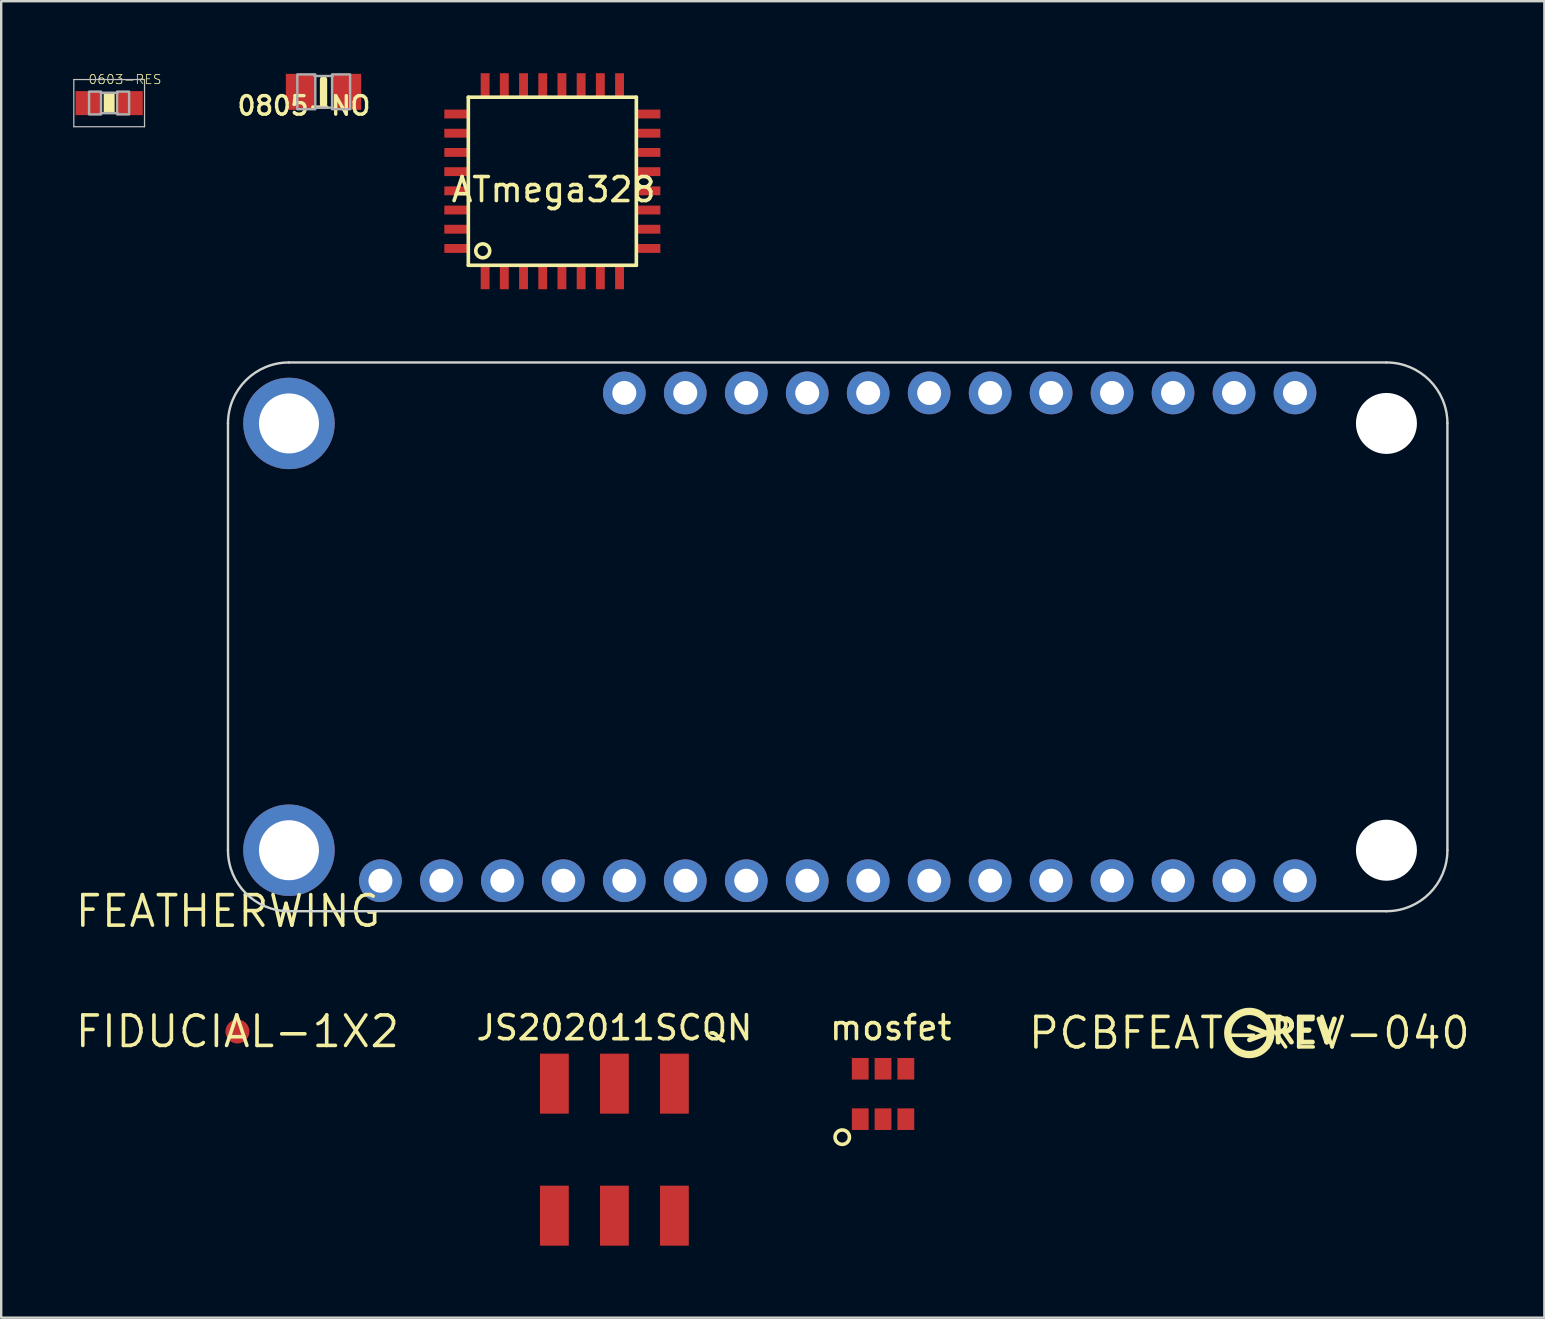
<source format=kicad_pcb>
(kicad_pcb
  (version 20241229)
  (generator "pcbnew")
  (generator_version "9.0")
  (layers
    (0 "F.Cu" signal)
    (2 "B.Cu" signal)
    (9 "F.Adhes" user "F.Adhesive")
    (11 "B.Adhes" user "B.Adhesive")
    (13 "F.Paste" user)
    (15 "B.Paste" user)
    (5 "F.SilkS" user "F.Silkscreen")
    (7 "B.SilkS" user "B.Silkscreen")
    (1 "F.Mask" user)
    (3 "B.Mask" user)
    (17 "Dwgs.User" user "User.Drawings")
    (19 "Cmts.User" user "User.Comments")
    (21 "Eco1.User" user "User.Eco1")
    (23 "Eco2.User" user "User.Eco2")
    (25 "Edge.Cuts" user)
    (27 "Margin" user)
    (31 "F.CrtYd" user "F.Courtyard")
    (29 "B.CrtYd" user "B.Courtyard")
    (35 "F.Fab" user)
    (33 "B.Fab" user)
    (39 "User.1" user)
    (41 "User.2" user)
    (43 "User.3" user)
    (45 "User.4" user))
  (footprint "PCBFEAT-REV-040"
    (layer "F.Cu")
    (at 48.996 39.983)
    (property "Reference" "PCBFEAT-REV-040" (at 0 0 0) (layer "F.SilkS") (effects (font (size 1.27 1.27) (thickness 0.15))))
    (attr through_hole)
    (fp_circle (center 0 0) (end 0.898 0) (stroke (width 0.305) (type solid)) (fill no) (layer "F.SilkS"))
    (fp_text user ">REV" (at -0.356 0.508 0) (layer "F.SilkS") (effects (font (size 0.965 0.965) (thickness 0.203)) (justify left bottom))))
  (footprint "JS202011SCQN"
    (layer "F.Cu")
    (at 22.545 44.844)
    (property "Reference" "JS202011SCQN" (at 0 -5.08 0) (layer "F.SilkS") (effects (font (size 1 1) (thickness 0.15))))
    (attr through_hole)
    (pad "1" smd rect (at -2.5 2.75) (size 1.2 2.5) (layers "F.Cu" "F.Mask" "F.Paste"))
    (pad "2" smd rect (at 0 2.75) (size 1.2 2.5) (layers "F.Cu" "F.Mask" "F.Paste"))
    (pad "3" smd rect (at 2.5 2.75) (size 1.2 2.5) (layers "F.Cu" "F.Mask" "F.Paste"))
    (pad "4" smd rect (at -2.5 -2.75) (size 1.2 2.5) (layers "F.Cu" "F.Mask" "F.Paste"))
    (pad "5" smd rect (at 0 -2.75) (size 1.2 2.5) (layers "F.Cu" "F.Mask" "F.Paste"))
    (pad "6" smd rect (at 2.5 -2.75) (size 1.2 2.5) (layers "F.Cu" "F.Mask" "F.Paste")))
  (footprint "FEATHERWING"
    (layer "F.Cu")
    (at 6.448 34.91)
    (property "Reference" "FEATHERWING" (at 0 0 0) (layer "F.SilkS") (effects (font (size 1.27 1.27) (thickness 0.15))))
    (attr through_hole)
    (fp_line (start 0 -20.32) (end 0 -2.54) (stroke (width 0.1) (type solid)) (layer "Edge.Cuts"))
    (fp_line (start 2.54 0) (end 48.26 0) (stroke (width 0.1) (type solid)) (layer "Edge.Cuts"))
    (fp_line (start 48.26 -22.86) (end 2.54 -22.86) (stroke (width 0.1) (type solid)) (layer "Edge.Cuts"))
    (fp_line (start 50.8 -2.54) (end 50.8 -20.32) (stroke (width 0.1) (type solid)) (layer "Edge.Cuts"))
    (fp_arc (start 0 -20.32) (mid 0.743949 -22.116051) (end 2.54 -22.86) (stroke (width 0.1) (type solid)) (layer "Edge.Cuts"))
    (fp_arc (start 2.54 0) (mid 0.743949 -0.743949) (end 0 -2.54) (stroke (width 0.1) (type solid)) (layer "Edge.Cuts"))
    (fp_arc (start 48.26 -22.86) (mid 50.056051 -22.116051) (end 50.8 -20.32) (stroke (width 0.1) (type solid)) (layer "Edge.Cuts"))
    (fp_arc (start 50.8 -2.54) (mid 50.056051 -0.743949) (end 48.26 0) (stroke (width 0.1) (type solid)) (layer "Edge.Cuts"))
    (pad "" np_thru_hole circle (at 48.26 -20.32) (size 2.54 2.54) (drill 2.54) (layers "*.Cu" "*.Mask"))
    (pad "" np_thru_hole circle (at 48.26 -2.54) (size 2.54 2.54) (drill 2.54) (layers "*.Cu" "*.Mask"))
    (pad "1" thru_hole circle (at 6.35 -1.27) (size 1.778 1.778) (drill 1) (layers "*.Cu" "*.Mask"))
    (pad "2" thru_hole circle (at 8.89 -1.27) (size 1.778 1.778) (drill 1) (layers "*.Cu" "*.Mask"))
    (pad "3" thru_hole circle (at 11.43 -1.27) (size 1.778 1.778) (drill 1) (layers "*.Cu" "*.Mask"))
    (pad "4" thru_hole circle (at 13.97 -1.27) (size 1.778 1.778) (drill 1) (layers "*.Cu" "*.Mask"))
    (pad "5" thru_hole circle (at 16.51 -1.27) (size 1.778 1.778) (drill 1) (layers "*.Cu" "*.Mask"))
    (pad "6" thru_hole circle (at 19.05 -1.27) (size 1.778 1.778) (drill 1) (layers "*.Cu" "*.Mask"))
    (pad "7" thru_hole circle (at 21.59 -1.27) (size 1.778 1.778) (drill 1) (layers "*.Cu" "*.Mask"))
    (pad "8" thru_hole circle (at 24.13 -1.27) (size 1.778 1.778) (drill 1) (layers "*.Cu" "*.Mask"))
    (pad "9" thru_hole circle (at 26.67 -1.27) (size 1.778 1.778) (drill 1) (layers "*.Cu" "*.Mask"))
    (pad "10" thru_hole circle (at 29.21 -1.27) (size 1.778 1.778) (drill 1) (layers "*.Cu" "*.Mask"))
    (pad "11" thru_hole circle (at 31.75 -1.27) (size 1.778 1.778) (drill 1) (layers "*.Cu" "*.Mask"))
    (pad "12" thru_hole circle (at 34.29 -1.27) (size 1.778 1.778) (drill 1) (layers "*.Cu" "*.Mask"))
    (pad "13" thru_hole circle (at 36.83 -1.27) (size 1.778 1.778) (drill 1) (layers "*.Cu" "*.Mask"))
    (pad "14" thru_hole circle (at 39.37 -1.27) (size 1.778 1.778) (drill 1) (layers "*.Cu" "*.Mask"))
    (pad "15" thru_hole circle (at 41.91 -1.27) (size 1.778 1.778) (drill 1) (layers "*.Cu" "*.Mask"))
    (pad "16" thru_hole circle (at 44.45 -1.27) (size 1.778 1.778) (drill 1) (layers "*.Cu" "*.Mask"))
    (pad "17" thru_hole circle (at 44.45 -21.59) (size 1.778 1.778) (drill 1) (layers "*.Cu" "*.Mask"))
    (pad "18" thru_hole circle (at 41.91 -21.59) (size 1.778 1.778) (drill 1) (layers "*.Cu" "*.Mask"))
    (pad "19" thru_hole circle (at 39.37 -21.59) (size 1.778 1.778) (drill 1) (layers "*.Cu" "*.Mask"))
    (pad "20" thru_hole circle (at 36.83 -21.59) (size 1.778 1.778) (drill 1) (layers "*.Cu" "*.Mask"))
    (pad "21" thru_hole circle (at 34.29 -21.59) (size 1.778 1.778) (drill 1) (layers "*.Cu" "*.Mask"))
    (pad "22" thru_hole circle (at 31.75 -21.59) (size 1.778 1.778) (drill 1) (layers "*.Cu" "*.Mask"))
    (pad "23" thru_hole circle (at 29.21 -21.59) (size 1.778 1.778) (drill 1) (layers "*.Cu" "*.Mask"))
    (pad "24" thru_hole circle (at 26.67 -21.59) (size 1.778 1.778) (drill 1) (layers "*.Cu" "*.Mask"))
    (pad "25" thru_hole circle (at 24.13 -21.59) (size 1.778 1.778) (drill 1) (layers "*.Cu" "*.Mask"))
    (pad "26" thru_hole circle (at 21.59 -21.59) (size 1.778 1.778) (drill 1) (layers "*.Cu" "*.Mask"))
    (pad "27" thru_hole circle (at 19.05 -21.59) (size 1.778 1.778) (drill 1) (layers "*.Cu" "*.Mask"))
    (pad "28" thru_hole circle (at 16.51 -21.59) (size 1.778 1.778) (drill 1) (layers "*.Cu" "*.Mask"))
    (pad "P$1" thru_hole circle (at 2.54 -20.32) (size 3.81 3.81) (drill 2.5) (layers "*.Cu" "*.Mask"))
    (pad "P$2" thru_hole circle (at 2.54 -2.54) (size 3.81 3.81) (drill 2.5) (layers "*.Cu" "*.Mask")))
  (footprint "mosfet"
    (layer "F.Cu")
    (at 32.787 43.574)
    (property "Reference" "mosfet" (at 1.27 -3.81 0) (layer "F.SilkS") (effects (font (size 1 1) (thickness 0.15))))
    (attr through_hole)
    (fp_circle (center -0.75 0.75) (end -0.45 0.75) (stroke (width 0.15) (type solid)) (fill no) (layer "F.SilkS"))
    (pad "1" smd rect (at 0 0) (size 0.7 0.9) (layers "F.Cu" "F.Mask" "F.Paste"))
    (pad "2" smd rect (at 0.95 0) (size 0.7 0.9) (layers "F.Cu" "F.Mask" "F.Paste"))
    (pad "3" smd rect (at 1.9 0) (size 0.7 0.9) (layers "F.Cu" "F.Mask" "F.Paste"))
    (pad "4" smd rect (at 1.9 -2.1) (size 0.7 0.9) (layers "F.Cu" "F.Mask" "F.Paste"))
    (pad "5" smd rect (at 0.95 -2.1) (size 0.7 0.9) (layers "F.Cu" "F.Mask" "F.Paste"))
    (pad "6" smd rect (at 0 -2.1) (size 0.7 0.9) (layers "F.Cu" "F.Mask" "F.Paste")))
  (footprint "ATmega328"
    (layer "F.Cu")
    (at 19.96 4.5)
    (property "Reference" "ATmega328" (at 0.05 0.35 0) (layer "F.SilkS") (effects (font (size 1 1) (thickness 0.15))))
    (attr through_hole)
    (fp_line (start -3.5 -3.5) (end 3.5 -3.5) (stroke (width 0.15) (type solid)) (layer "F.SilkS"))
    (fp_line (start -3.5 3.5) (end -3.5 -3.5) (stroke (width 0.15) (type solid)) (layer "F.SilkS"))
    (fp_line (start 3.5 -3.5) (end 3.5 3.5) (stroke (width 0.15) (type solid)) (layer "F.SilkS"))
    (fp_line (start 3.5 3.5) (end -3.5 3.5) (stroke (width 0.15) (type solid)) (layer "F.SilkS"))
    (fp_circle (center -2.9 2.9) (end -2.61 2.9) (stroke (width 0.15) (type solid)) (fill no) (layer "F.SilkS"))
    (pad "1" smd rect (at -2.8 4) (size 0.37 1) (layers "F.Cu" "F.Mask" "F.Paste"))
    (pad "2" smd rect (at -2 4) (size 0.37 1) (layers "F.Cu" "F.Mask" "F.Paste"))
    (pad "3" smd rect (at -1.2 4) (size 0.37 1) (layers "F.Cu" "F.Mask" "F.Paste"))
    (pad "4" smd rect (at -0.4 4) (size 0.37 1) (layers "F.Cu" "F.Mask" "F.Paste"))
    (pad "5" smd rect (at 0.4 4) (size 0.37 1) (layers "F.Cu" "F.Mask" "F.Paste"))
    (pad "6" smd rect (at 1.2 4) (size 0.37 1) (layers "F.Cu" "F.Mask" "F.Paste"))
    (pad "7" smd rect (at 2 4) (size 0.37 1) (layers "F.Cu" "F.Mask" "F.Paste"))
    (pad "8" smd rect (at 2.8 4) (size 0.37 1) (layers "F.Cu" "F.Mask" "F.Paste"))
    (pad "9" smd rect (at 4 2.8) (size 1 0.37) (layers "F.Cu" "F.Mask" "F.Paste"))
    (pad "10" smd rect (at 4 2) (size 1 0.37) (layers "F.Cu" "F.Mask" "F.Paste"))
    (pad "11" smd rect (at 4 1.2) (size 1 0.37) (layers "F.Cu" "F.Mask" "F.Paste"))
    (pad "12" smd rect (at 4 0.4) (size 1 0.37) (layers "F.Cu" "F.Mask" "F.Paste"))
    (pad "13" smd rect (at 4 -0.4) (size 1 0.37) (layers "F.Cu" "F.Mask" "F.Paste"))
    (pad "14" smd rect (at 4 -1.2) (size 1 0.37) (layers "F.Cu" "F.Mask" "F.Paste"))
    (pad "15" smd rect (at 4 -2) (size 1 0.37) (layers "F.Cu" "F.Mask" "F.Paste"))
    (pad "16" smd rect (at 4 -2.8) (size 1 0.37) (layers "F.Cu" "F.Mask" "F.Paste"))
    (pad "17" smd rect (at 2.8 -4) (size 0.37 1) (layers "F.Cu" "F.Mask" "F.Paste"))
    (pad "18" smd rect (at 2 -4) (size 0.37 1) (layers "F.Cu" "F.Mask" "F.Paste"))
    (pad "19" smd rect (at 1.2 -4) (size 0.37 1) (layers "F.Cu" "F.Mask" "F.Paste"))
    (pad "20" smd rect (at 0.4 -4) (size 0.37 1) (layers "F.Cu" "F.Mask" "F.Paste"))
    (pad "21" smd rect (at -0.4 -4) (size 0.37 1) (layers "F.Cu" "F.Mask" "F.Paste"))
    (pad "22" smd rect (at -1.2 -4) (size 0.37 1) (layers "F.Cu" "F.Mask" "F.Paste"))
    (pad "23" smd rect (at -2 -4) (size 0.37 1) (layers "F.Cu" "F.Mask" "F.Paste"))
    (pad "24" smd rect (at -2.8 -4) (size 0.37 1) (layers "F.Cu" "F.Mask" "F.Paste"))
    (pad "25" smd rect (at -4 -2.8) (size 1 0.37) (layers "F.Cu" "F.Mask" "F.Paste"))
    (pad "26" smd rect (at -4 -2) (size 1 0.37) (layers "F.Cu" "F.Mask" "F.Paste"))
    (pad "27" smd rect (at -4 -1.2) (size 1 0.37) (layers "F.Cu" "F.Mask" "F.Paste"))
    (pad "28" smd rect (at -4 -0.4) (size 1 0.37) (layers "F.Cu" "F.Mask" "F.Paste"))
    (pad "29" smd rect (at -4 0.4) (size 1 0.37) (layers "F.Cu" "F.Mask" "F.Paste"))
    (pad "30" smd rect (at -4 1.2) (size 1 0.37) (layers "F.Cu" "F.Mask" "F.Paste"))
    (pad "31" smd rect (at -4 2) (size 1 0.37) (layers "F.Cu" "F.Mask" "F.Paste"))
    (pad "32" smd rect (at -4 2.8) (size 1 0.37) (layers "F.Cu" "F.Mask" "F.Paste")))
  (footprint "FIDUCIAL-1X2"
    (layer "F.Cu")
    (at 6.841 39.922)
    (property "Reference" "FIDUCIAL-1X2" (at 0 0 0) (layer "F.SilkS") (effects (font (size 1.27 1.27) (thickness 0.15))))
    (attr through_hole)
    (pad "1" smd roundrect (at 0 0) (size 1 1) (layers "F.Cu" "F.Mask") (roundrect_rratio 0.5)))
  (footprint "0603-RES"
    (layer "F.Cu")
    (at 1.498 1.246)
    (property "Reference" "0603-RES" (at -0.889 -0.762 0) (layer "F.SilkS") (effects (font (size 0.386 0.386) (thickness 0.033)) (justify left bottom)))
    (attr through_hole)
    (fp_poly (pts (xy -0.229 0.381) (xy 0.229 0.381) (xy 0.229 -0.381) (xy -0.229 -0.381)) (stroke (width 0) (type solid)) (fill yes) (layer "F.SilkS"))
    (fp_poly (pts (xy -0.2 0.3) (xy 0.2 0.3) (xy 0.2 -0.3) (xy -0.2 -0.3)) (stroke (width 0) (type solid)) (fill yes) (layer "F.Adhes"))
    (fp_line (start -1.473 -0.983) (end 1.473 -0.983) (stroke (width 0.051) (type solid)) (layer "Dwgs.User"))
    (fp_line (start -1.473 0.983) (end -1.473 -0.983) (stroke (width 0.051) (type solid)) (layer "Dwgs.User"))
    (fp_line (start 1.473 -0.983) (end 1.473 0.983) (stroke (width 0.051) (type solid)) (layer "Dwgs.User"))
    (fp_line (start 1.473 0.983) (end -1.473 0.983) (stroke (width 0.051) (type solid)) (layer "Dwgs.User"))
    (fp_line (start -0.356 -0.432) (end 0.356 -0.432) (stroke (width 0.102) (type solid)) (layer "F.Fab"))
    (fp_line (start -0.356 0.419) (end 0.356 0.419) (stroke (width 0.102) (type solid)) (layer "F.Fab"))
    (fp_poly (pts (xy -0.838 0.47) (xy -0.338 0.47) (xy -0.338 -0.48) (xy -0.838 -0.48)) (stroke (width 0.1) (type solid)) (fill no) (layer "F.Fab"))
    (fp_poly (pts (xy 0.33 0.47) (xy 0.83 0.47) (xy 0.83 -0.48) (xy 0.33 -0.48)) (stroke (width 0.1) (type solid)) (fill no) (layer "F.Fab"))
    (pad "1" smd rect (at -0.85 0) (size 1.1 1) (layers "F.Cu" "F.Mask" "F.Paste"))
    (pad "2" smd rect (at 0.85 0) (size 1.1 1) (layers "F.Cu" "F.Mask" "F.Paste")))
  (footprint "0805-NO"
    (layer "F.Cu")
    (at 10.428 0.776)
    (property "Reference" "0805-NO" (at 2.032 0.127 180) (layer "F.SilkS") (effects (font (size 0.772 0.772) (thickness 0.139)) (justify right top)))
    (attr through_hole)
    (fp_line (start 0 -0.508) (end 0 0.508) (stroke (width 0.305) (type solid)) (layer "F.SilkS"))
    (fp_line (start -0.381 -0.66) (end 0.381 -0.66) (stroke (width 0.102) (type solid)) (layer "F.Fab"))
    (fp_line (start -0.356 0.66) (end 0.381 0.66) (stroke (width 0.102) (type solid)) (layer "F.Fab"))
    (fp_poly (pts (xy -1.092 0.724) (xy -0.342 0.724) (xy -0.342 -0.726) (xy -1.092 -0.726)) (stroke (width 0.1) (type solid)) (fill no) (layer "F.Fab"))
    (fp_poly (pts (xy 0.356 0.724) (xy 1.106 0.724) (xy 1.106 -0.726) (xy 0.356 -0.726)) (stroke (width 0.1) (type solid)) (fill no) (layer "F.Fab"))
    (pad "1" smd rect (at -0.95 0) (size 1.24 1.5) (layers "F.Cu" "F.Mask" "F.Paste"))
    (pad "2" smd rect (at 0.95 0) (size 1.24 1.5) (layers "F.Cu" "F.Mask" "F.Paste")))
  (gr_rect
    (start -3 -3)
    (end 61.287 51.844)
    (stroke (width 0.1) (type default))
    (fill no)
    (layer "Edge.Cuts")))
</source>
